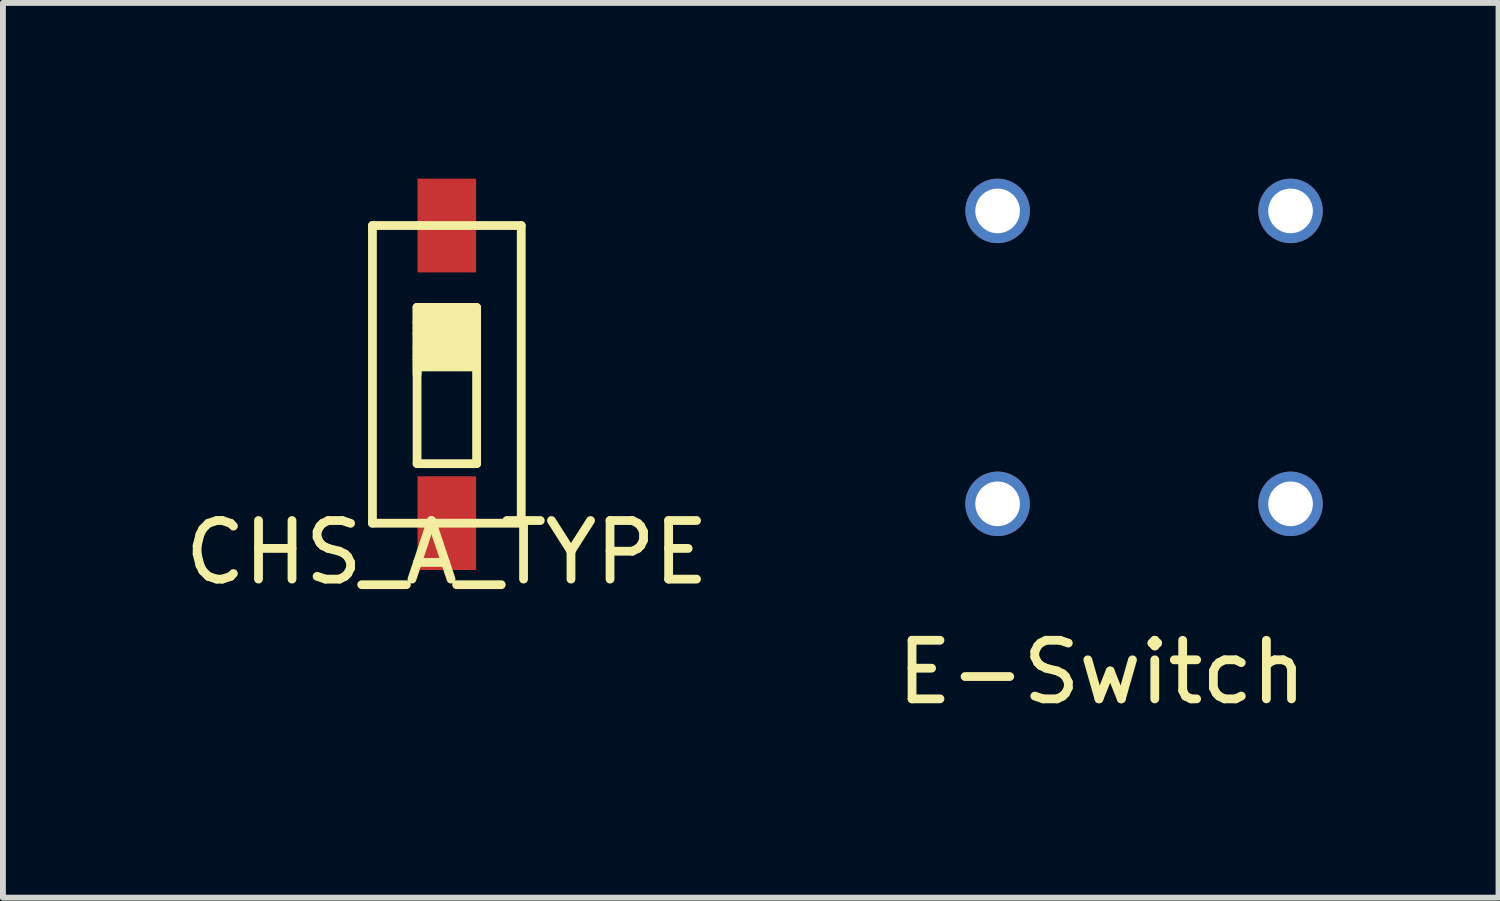
<source format=kicad_pcb>
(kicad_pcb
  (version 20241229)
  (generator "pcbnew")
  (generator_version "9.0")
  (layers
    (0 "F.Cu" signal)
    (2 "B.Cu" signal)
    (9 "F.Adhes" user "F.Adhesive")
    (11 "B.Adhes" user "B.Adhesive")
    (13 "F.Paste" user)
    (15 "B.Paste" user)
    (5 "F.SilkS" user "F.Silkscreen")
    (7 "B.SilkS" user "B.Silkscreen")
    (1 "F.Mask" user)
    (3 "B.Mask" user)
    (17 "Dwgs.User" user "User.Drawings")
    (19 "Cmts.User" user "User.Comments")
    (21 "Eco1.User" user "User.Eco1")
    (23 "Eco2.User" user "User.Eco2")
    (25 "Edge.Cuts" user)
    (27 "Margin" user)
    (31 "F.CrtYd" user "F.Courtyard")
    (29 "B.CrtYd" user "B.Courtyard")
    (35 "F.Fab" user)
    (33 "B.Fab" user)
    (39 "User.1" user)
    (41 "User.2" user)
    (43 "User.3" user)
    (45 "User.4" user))
  (footprint "CHS_A_TYPE"
    (layer "F.Cu")
    (at 4.577 5.88)
    (property "Reference" "CHS_A_TYPE" (at 0 0.5 0) (layer "F.SilkS") (effects (font (size 1 1) (thickness 0.15))))
    (attr through_hole)
    (fp_line (start -1.27 -5.08) (end 1.27 -5.08) (stroke (width 0.15) (type solid)) (layer "F.SilkS"))
    (fp_line (start -1.27 0) (end -1.27 -5.08) (stroke (width 0.15) (type solid)) (layer "F.SilkS"))
    (fp_line (start -0.508 -3.683) (end -0.508 -2.54) (stroke (width 0.15) (type solid)) (layer "F.SilkS"))
    (fp_line (start -0.508 -3.683) (end -0.508 -1.016) (stroke (width 0.15) (type solid)) (layer "F.SilkS"))
    (fp_line (start -0.508 -3.239) (end 0.508 -3.239) (stroke (width 0.15) (type solid)) (layer "F.SilkS"))
    (fp_line (start -0.508 -2.857) (end 0.508 -2.857) (stroke (width 0.15) (type solid)) (layer "F.SilkS"))
    (fp_line (start -0.508 -1.016) (end 0.508 -1.016) (stroke (width 0.15) (type solid)) (layer "F.SilkS"))
    (fp_line (start -0.445 -3.556) (end 0.381 -3.556) (stroke (width 0.15) (type solid)) (layer "F.SilkS"))
    (fp_line (start -0.445 -3.302) (end 0.381 -3.365) (stroke (width 0.15) (type solid)) (layer "F.SilkS"))
    (fp_line (start 0.381 -3.493) (end 0.381 -3.429) (stroke (width 0.15) (type solid)) (layer "F.SilkS"))
    (fp_line (start 0.381 -3.429) (end -0.508 -3.429) (stroke (width 0.15) (type solid)) (layer "F.SilkS"))
    (fp_line (start 0.381 -3.365) (end 0.381 -3.493) (stroke (width 0.15) (type solid)) (layer "F.SilkS"))
    (fp_line (start 0.508 -3.683) (end -0.508 -3.683) (stroke (width 0.15) (type solid)) (layer "F.SilkS"))
    (fp_line (start 0.508 -3.239) (end 0.508 -2.667) (stroke (width 0.15) (type solid)) (layer "F.SilkS"))
    (fp_line (start 0.508 -3.111) (end -0.445 -3.111) (stroke (width 0.15) (type solid)) (layer "F.SilkS"))
    (fp_line (start 0.508 -2.985) (end -0.508 -2.985) (stroke (width 0.15) (type solid)) (layer "F.SilkS"))
    (fp_line (start 0.508 -2.794) (end -0.508 -2.794) (stroke (width 0.15) (type solid)) (layer "F.SilkS"))
    (fp_line (start 0.508 -2.667) (end -0.445 -2.667) (stroke (width 0.15) (type solid)) (layer "F.SilkS"))
    (fp_line (start 0.508 -1.016) (end 0.508 -3.683) (stroke (width 0.15) (type solid)) (layer "F.SilkS"))
    (fp_line (start 1.27 -5.08) (end 1.27 0) (stroke (width 0.15) (type solid)) (layer "F.SilkS"))
    (fp_line (start 1.27 0) (end -1.27 0) (stroke (width 0.15) (type solid)) (layer "F.SilkS"))
    (pad "1" smd rect (at 0 -5.08) (size 1 1.6) (layers "F.Cu" "F.Mask" "F.Paste"))
    (pad "2" smd rect (at 0 0) (size 1 1.6) (layers "F.Cu" "F.Mask" "F.Paste")))
  (footprint "E-Switch"
    (layer "F.Cu")
    (at 13.978 0.55)
    (property "Reference" "E-Switch" (at 1.778 7.874 0) (layer "F.SilkS") (effects (font (size 1 1) (thickness 0.15))))
    (attr through_hole)
    (pad "1" thru_hole circle (at 0 0) (size 1.1 1.1) (drill 0.762) (layers "*.Cu" "*.Mask"))
    (pad "1" thru_hole circle (at 0 5) (size 1.1 1.1) (drill 0.762) (layers "*.Cu" "*.Mask"))
    (pad "2" thru_hole circle (at 5 0) (size 1.1 1.1) (drill 0.762) (layers "*.Cu" "*.Mask"))
    (pad "2" thru_hole circle (at 5 5) (size 1.1 1.1) (drill 0.762) (layers "*.Cu" "*.Mask")))
  (gr_rect
    (start -3 -3)
    (end 22.528 12.272)
    (stroke (width 0.1) (type default))
    (fill no)
    (layer "Edge.Cuts")))
</source>
